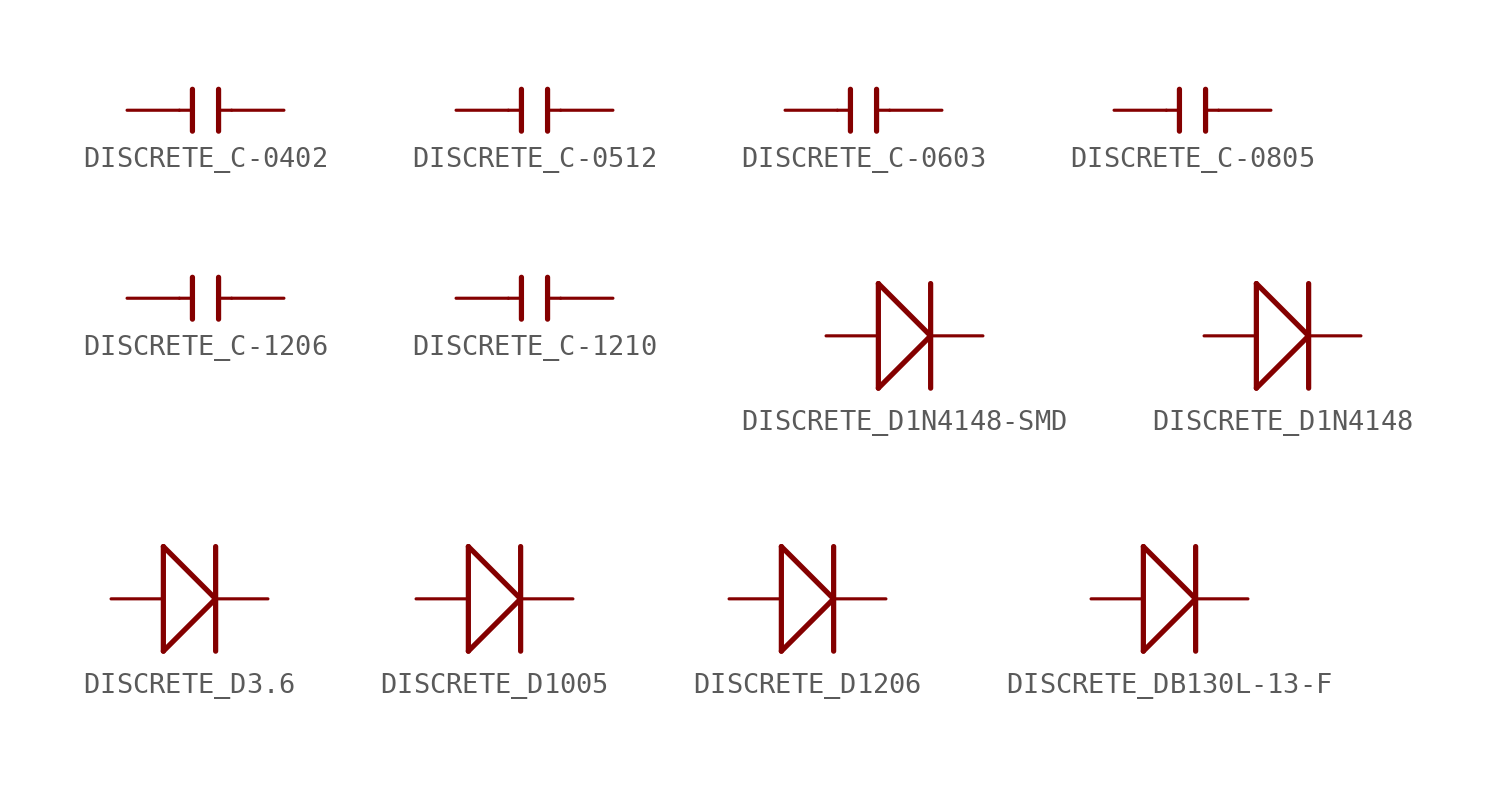
<source format=kicad_sym>
(kicad_symbol_lib
  (version 20231120)
  (generator "kicad_symbol_editor")
  (generator_version "8.0")
  (symbol "DISCRETE_C-0402"
    (property "Reference" "C"
      (at -3.81 0 0)
      (effects (font (size 1.27 1.079)) (justify left bottom) (hide yes)))
    (property "ki_locked" ""
      (at 0 0 0)
      (effects (font (size 1.27 1.27))))
    (symbol "DISCRETE_C-0402_1_0"
      (polyline (pts (xy -1.27 0) (xy -0.635 0)) (stroke (width 0.152) (type solid)) (fill (type none)))
      (polyline (pts (xy -0.635 -1.016) (xy -0.635 0)) (stroke (width 0.254) (type solid)) (fill (type none)))
      (polyline (pts (xy -0.635 0) (xy -0.635 1.016)) (stroke (width 0.254) (type solid)) (fill (type none)))
      (polyline (pts (xy 0.635 0) (xy 0.635 -1.016)) (stroke (width 0.254) (type solid)) (fill (type none)))
      (polyline (pts (xy 0.635 0) (xy 1.27 0)) (stroke (width 0.152) (type solid)) (fill (type none)))
      (polyline (pts (xy 0.635 1.016) (xy 0.635 0)) (stroke (width 0.254) (type solid)) (fill (type none)))
      (pin passive line (at -3.81 0 0) (length 2.54) (name "1" (effects (font (size 0 0)))) (number "1" (effects (font (size 0 0)))))
      (pin passive line (at 3.81 0 180) (length 2.54) (name "2" (effects (font (size 0 0)))) (number "2" (effects (font (size 0 0)))))))
  (symbol "DISCRETE_C-0512"
    (property "Reference" "C"
      (at -3.81 0 0)
      (effects (font (size 1.27 1.079)) (justify left bottom) (hide yes)))
    (property "ki_locked" ""
      (at 0 0 0)
      (effects (font (size 1.27 1.27))))
    (symbol "DISCRETE_C-0512_1_0"
      (polyline (pts (xy -1.27 0) (xy -0.635 0)) (stroke (width 0.152) (type solid)) (fill (type none)))
      (polyline (pts (xy -0.635 -1.016) (xy -0.635 0)) (stroke (width 0.254) (type solid)) (fill (type none)))
      (polyline (pts (xy -0.635 0) (xy -0.635 1.016)) (stroke (width 0.254) (type solid)) (fill (type none)))
      (polyline (pts (xy 0.635 0) (xy 0.635 -1.016)) (stroke (width 0.254) (type solid)) (fill (type none)))
      (polyline (pts (xy 0.635 0) (xy 1.27 0)) (stroke (width 0.152) (type solid)) (fill (type none)))
      (polyline (pts (xy 0.635 1.016) (xy 0.635 0)) (stroke (width 0.254) (type solid)) (fill (type none)))
      (pin passive line (at -3.81 0 0) (length 2.54) (name "1" (effects (font (size 0 0)))) (number "P$1" (effects (font (size 0 0)))))
      (pin passive line (at 3.81 0 180) (length 2.54) (name "2" (effects (font (size 0 0)))) (number "P$2" (effects (font (size 0 0)))))))
  (symbol "DISCRETE_C-0603"
    (property "Reference" "C"
      (at -3.81 2.54 0)
      (effects (font (size 1.27 1.079)) (justify left bottom) (hide yes)))
    (property "ki_locked" ""
      (at 0 0 0)
      (effects (font (size 1.27 1.27))))
    (symbol "DISCRETE_C-0603_1_0"
      (polyline (pts (xy -1.27 0) (xy -0.635 0)) (stroke (width 0.152) (type solid)) (fill (type none)))
      (polyline (pts (xy -0.635 -1.016) (xy -0.635 0)) (stroke (width 0.254) (type solid)) (fill (type none)))
      (polyline (pts (xy -0.635 0) (xy -0.635 1.016)) (stroke (width 0.254) (type solid)) (fill (type none)))
      (polyline (pts (xy 0.635 0) (xy 0.635 -1.016)) (stroke (width 0.254) (type solid)) (fill (type none)))
      (polyline (pts (xy 0.635 0) (xy 1.27 0)) (stroke (width 0.152) (type solid)) (fill (type none)))
      (polyline (pts (xy 0.635 1.016) (xy 0.635 0)) (stroke (width 0.254) (type solid)) (fill (type none)))
      (pin passive line (at -3.81 0 0) (length 2.54) (name "1" (effects (font (size 0 0)))) (number "1" (effects (font (size 0 0)))))
      (pin passive line (at 3.81 0 180) (length 2.54) (name "2" (effects (font (size 0 0)))) (number "2" (effects (font (size 0 0)))))))
  (symbol "DISCRETE_C-0805"
    (property "Reference" "C"
      (at -3.81 0 0)
      (effects (font (size 1.27 1.079)) (justify left bottom) (hide yes)))
    (property "ki_locked" ""
      (at 0 0 0)
      (effects (font (size 1.27 1.27))))
    (symbol "DISCRETE_C-0805_1_0"
      (polyline (pts (xy -1.27 0) (xy -0.635 0)) (stroke (width 0.152) (type solid)) (fill (type none)))
      (polyline (pts (xy -0.635 -1.016) (xy -0.635 0)) (stroke (width 0.254) (type solid)) (fill (type none)))
      (polyline (pts (xy -0.635 0) (xy -0.635 1.016)) (stroke (width 0.254) (type solid)) (fill (type none)))
      (polyline (pts (xy 0.635 0) (xy 0.635 -1.016)) (stroke (width 0.254) (type solid)) (fill (type none)))
      (polyline (pts (xy 0.635 0) (xy 1.27 0)) (stroke (width 0.152) (type solid)) (fill (type none)))
      (polyline (pts (xy 0.635 1.016) (xy 0.635 0)) (stroke (width 0.254) (type solid)) (fill (type none)))
      (pin passive line (at -3.81 0 0) (length 2.54) (name "1" (effects (font (size 0 0)))) (number "1" (effects (font (size 0 0)))))
      (pin passive line (at 3.81 0 180) (length 2.54) (name "2" (effects (font (size 0 0)))) (number "2" (effects (font (size 0 0)))))))
  (symbol "DISCRETE_C-1206"
    (property "Reference" "C"
      (at -3.81 0 0)
      (effects (font (size 1.27 1.079)) (justify left bottom) (hide yes)))
    (property "ki_locked" ""
      (at 0 0 0)
      (effects (font (size 1.27 1.27))))
    (symbol "DISCRETE_C-1206_1_0"
      (polyline (pts (xy -1.27 0) (xy -0.635 0)) (stroke (width 0.152) (type solid)) (fill (type none)))
      (polyline (pts (xy -0.635 -1.016) (xy -0.635 0)) (stroke (width 0.254) (type solid)) (fill (type none)))
      (polyline (pts (xy -0.635 0) (xy -0.635 1.016)) (stroke (width 0.254) (type solid)) (fill (type none)))
      (polyline (pts (xy 0.635 0) (xy 0.635 -1.016)) (stroke (width 0.254) (type solid)) (fill (type none)))
      (polyline (pts (xy 0.635 0) (xy 1.27 0)) (stroke (width 0.152) (type solid)) (fill (type none)))
      (polyline (pts (xy 0.635 1.016) (xy 0.635 0)) (stroke (width 0.254) (type solid)) (fill (type none)))
      (pin passive line (at -3.81 0 0) (length 2.54) (name "1" (effects (font (size 0 0)))) (number "1" (effects (font (size 0 0)))))
      (pin passive line (at 3.81 0 180) (length 2.54) (name "2" (effects (font (size 0 0)))) (number "2" (effects (font (size 0 0)))))))
  (symbol "DISCRETE_C-1210"
    (property "Reference" "C"
      (at -3.81 0 0)
      (effects (font (size 1.27 1.079)) (justify left bottom) (hide yes)))
    (property "ki_locked" ""
      (at 0 0 0)
      (effects (font (size 1.27 1.27))))
    (symbol "DISCRETE_C-1210_1_0"
      (polyline (pts (xy -1.27 0) (xy -0.635 0)) (stroke (width 0.152) (type solid)) (fill (type none)))
      (polyline (pts (xy -0.635 -1.016) (xy -0.635 0)) (stroke (width 0.254) (type solid)) (fill (type none)))
      (polyline (pts (xy -0.635 0) (xy -0.635 1.016)) (stroke (width 0.254) (type solid)) (fill (type none)))
      (polyline (pts (xy 0.635 0) (xy 0.635 -1.016)) (stroke (width 0.254) (type solid)) (fill (type none)))
      (polyline (pts (xy 0.635 0) (xy 1.27 0)) (stroke (width 0.152) (type solid)) (fill (type none)))
      (polyline (pts (xy 0.635 1.016) (xy 0.635 0)) (stroke (width 0.254) (type solid)) (fill (type none)))
      (pin passive line (at -3.81 0 0) (length 2.54) (name "1" (effects (font (size 0 0)))) (number "1" (effects (font (size 0 0)))))
      (pin passive line (at 3.81 0 180) (length 2.54) (name "2" (effects (font (size 0 0)))) (number "2" (effects (font (size 0 0)))))))
  (symbol "DISCRETE_D1N4148-SMD"
    (property "Reference" "D"
      (at -8.89 0 0)
      (effects (font (size 1.778 1.511)) (justify left bottom) (hide yes)))
    (property "ki_locked" ""
      (at 0 0 0)
      (effects (font (size 1.27 1.27))))
    (symbol "DISCRETE_D1N4148-SMD_1_0"
      (polyline (pts (xy -1.27 -2.54) (xy -1.27 2.54)) (stroke (width 0.254) (type solid)) (fill (type none)))
      (polyline (pts (xy -1.27 -2.54) (xy 1.27 0)) (stroke (width 0.254) (type solid)) (fill (type none)))
      (polyline (pts (xy -1.27 2.54) (xy 1.27 0)) (stroke (width 0.254) (type solid)) (fill (type none)))
      (polyline (pts (xy 1.27 2.54) (xy 1.27 -2.54)) (stroke (width 0.254) (type solid)) (fill (type none)))
      (pin passive line (at -3.81 0 0) (length 2.54) (name "+" (effects (font (size 0 0)))) (number "A" (effects (font (size 0 0)))))
      (pin passive line (at 3.81 0 180) (length 2.54) (name "-" (effects (font (size 0 0)))) (number "C" (effects (font (size 0 0)))))))
  (symbol "DISCRETE_D1N4148"
    (property "Reference" "D"
      (at -8.89 0 0)
      (effects (font (size 1.778 1.511)) (justify left bottom) (hide yes)))
    (property "ki_locked" ""
      (at 0 0 0)
      (effects (font (size 1.27 1.27))))
    (symbol "DISCRETE_D1N4148_1_0"
      (polyline (pts (xy -1.27 -2.54) (xy -1.27 2.54)) (stroke (width 0.254) (type solid)) (fill (type none)))
      (polyline (pts (xy -1.27 -2.54) (xy 1.27 0)) (stroke (width 0.254) (type solid)) (fill (type none)))
      (polyline (pts (xy -1.27 2.54) (xy 1.27 0)) (stroke (width 0.254) (type solid)) (fill (type none)))
      (polyline (pts (xy 1.27 2.54) (xy 1.27 -2.54)) (stroke (width 0.254) (type solid)) (fill (type none)))
      (pin passive line (at -3.81 0 0) (length 2.54) (name "+" (effects (font (size 0 0)))) (number "A" (effects (font (size 0 0)))))
      (pin passive line (at 3.81 0 180) (length 2.54) (name "-" (effects (font (size 0 0)))) (number "C" (effects (font (size 0 0)))))))
  (symbol "DISCRETE_D3.6"
    (property "Reference" "D"
      (at -8.89 0 0)
      (effects (font (size 1.778 1.511)) (justify left bottom) (hide yes)))
    (property "ki_locked" ""
      (at 0 0 0)
      (effects (font (size 1.27 1.27))))
    (symbol "DISCRETE_D3.6_1_0"
      (polyline (pts (xy -1.27 -2.54) (xy -1.27 2.54)) (stroke (width 0.254) (type solid)) (fill (type none)))
      (polyline (pts (xy -1.27 -2.54) (xy 1.27 0)) (stroke (width 0.254) (type solid)) (fill (type none)))
      (polyline (pts (xy -1.27 2.54) (xy 1.27 0)) (stroke (width 0.254) (type solid)) (fill (type none)))
      (polyline (pts (xy 1.27 2.54) (xy 1.27 -2.54)) (stroke (width 0.254) (type solid)) (fill (type none)))
      (pin passive line (at -3.81 0 0) (length 2.54) (name "+" (effects (font (size 0 0)))) (number "1" (effects (font (size 0 0)))))
      (pin passive line (at 3.81 0 180) (length 2.54) (name "-" (effects (font (size 0 0)))) (number "2" (effects (font (size 0 0)))))))
  (symbol "DISCRETE_D1005"
    (property "Reference" "D"
      (at -8.89 0 0)
      (effects (font (size 1.778 1.511)) (justify left bottom) (hide yes)))
    (property "ki_locked" ""
      (at 0 0 0)
      (effects (font (size 1.27 1.27))))
    (symbol "DISCRETE_D1005_1_0"
      (polyline (pts (xy -1.27 -2.54) (xy -1.27 2.54)) (stroke (width 0.254) (type solid)) (fill (type none)))
      (polyline (pts (xy -1.27 -2.54) (xy 1.27 0)) (stroke (width 0.254) (type solid)) (fill (type none)))
      (polyline (pts (xy -1.27 2.54) (xy 1.27 0)) (stroke (width 0.254) (type solid)) (fill (type none)))
      (polyline (pts (xy 1.27 2.54) (xy 1.27 -2.54)) (stroke (width 0.254) (type solid)) (fill (type none)))
      (pin passive line (at -3.81 0 0) (length 2.54) (name "+" (effects (font (size 0 0)))) (number "+" (effects (font (size 0 0)))))
      (pin passive line (at 3.81 0 180) (length 2.54) (name "-" (effects (font (size 0 0)))) (number "-" (effects (font (size 0 0)))))))
  (symbol "DISCRETE_D1206"
    (property "Reference" "D"
      (at -8.89 0 0)
      (effects (font (size 1.778 1.511)) (justify left bottom) (hide yes)))
    (property "ki_locked" ""
      (at 0 0 0)
      (effects (font (size 1.27 1.27))))
    (symbol "DISCRETE_D1206_1_0"
      (polyline (pts (xy -1.27 -2.54) (xy -1.27 2.54)) (stroke (width 0.254) (type solid)) (fill (type none)))
      (polyline (pts (xy -1.27 -2.54) (xy 1.27 0)) (stroke (width 0.254) (type solid)) (fill (type none)))
      (polyline (pts (xy -1.27 2.54) (xy 1.27 0)) (stroke (width 0.254) (type solid)) (fill (type none)))
      (polyline (pts (xy 1.27 2.54) (xy 1.27 -2.54)) (stroke (width 0.254) (type solid)) (fill (type none)))
      (pin passive line (at -3.81 0 0) (length 2.54) (name "+" (effects (font (size 0 0)))) (number "+" (effects (font (size 0 0)))))
      (pin passive line (at 3.81 0 180) (length 2.54) (name "-" (effects (font (size 0 0)))) (number "-" (effects (font (size 0 0)))))))
  (symbol "DISCRETE_DB130L-13-F"
    (property "Reference" "D"
      (at -8.89 0 0)
      (effects (font (size 1.778 1.511)) (justify left bottom) (hide yes)))
    (property "ki_locked" ""
      (at 0 0 0)
      (effects (font (size 1.27 1.27))))
    (symbol "DISCRETE_DB130L-13-F_1_0"
      (polyline (pts (xy -1.27 -2.54) (xy -1.27 2.54)) (stroke (width 0.254) (type solid)) (fill (type none)))
      (polyline (pts (xy -1.27 -2.54) (xy 1.27 0)) (stroke (width 0.254) (type solid)) (fill (type none)))
      (polyline (pts (xy -1.27 2.54) (xy 1.27 0)) (stroke (width 0.254) (type solid)) (fill (type none)))
      (polyline (pts (xy 1.27 2.54) (xy 1.27 -2.54)) (stroke (width 0.254) (type solid)) (fill (type none)))
      (pin passive line (at 3.81 0 180) (length 2.54) (name "-" (effects (font (size 0 0)))) (number "1" (effects (font (size 0 0)))))
      (pin passive line (at -3.81 0 0) (length 2.54) (name "+" (effects (font (size 0 0)))) (number "2" (effects (font (size 0 0))))))))
</source>
